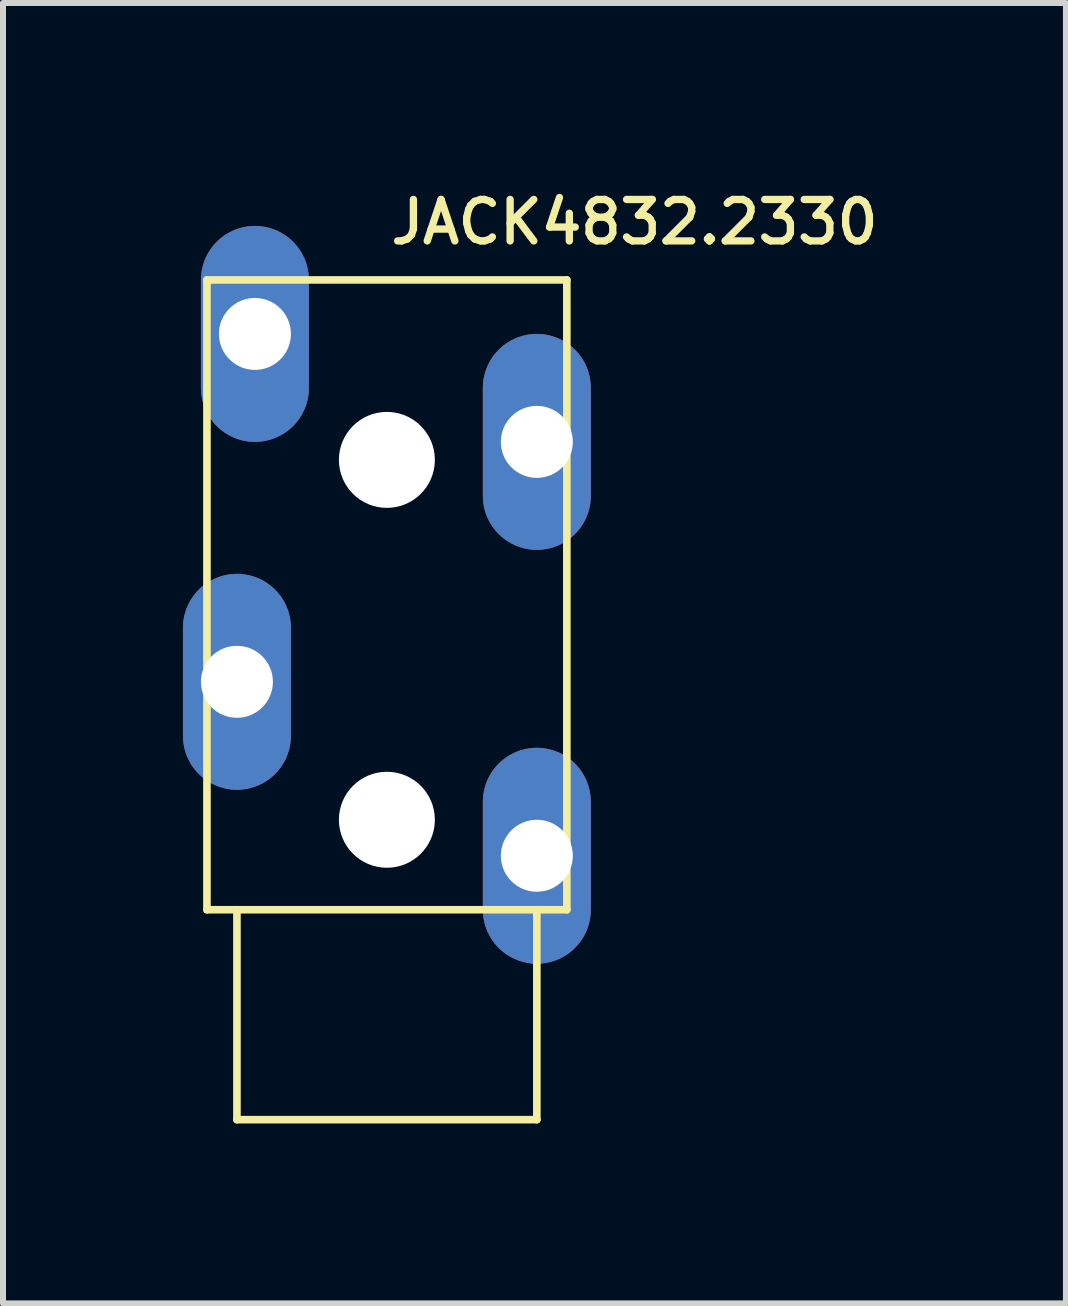
<source format=kicad_pcb>
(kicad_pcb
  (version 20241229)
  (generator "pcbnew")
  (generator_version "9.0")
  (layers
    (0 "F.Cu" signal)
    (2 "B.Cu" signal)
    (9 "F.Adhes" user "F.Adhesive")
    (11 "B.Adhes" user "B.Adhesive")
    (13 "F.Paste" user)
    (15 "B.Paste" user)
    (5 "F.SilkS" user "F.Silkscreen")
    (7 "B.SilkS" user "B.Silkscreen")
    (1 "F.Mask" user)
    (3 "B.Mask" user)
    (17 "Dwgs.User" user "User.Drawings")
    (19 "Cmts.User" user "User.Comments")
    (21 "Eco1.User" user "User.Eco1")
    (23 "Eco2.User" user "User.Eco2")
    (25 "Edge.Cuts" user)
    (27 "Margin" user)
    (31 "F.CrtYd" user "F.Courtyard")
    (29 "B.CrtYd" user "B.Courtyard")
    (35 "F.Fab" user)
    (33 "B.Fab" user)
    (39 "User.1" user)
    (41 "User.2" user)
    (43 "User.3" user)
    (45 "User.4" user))
  (footprint "JACK4832.2330"
    (layer "F.Cu")
    (at 3.4 11.217)
    (property "Reference" "JACK4832.2330" (at 0 -10.16 0) (unlocked yes) (layer "F.SilkS") (effects (font (size 0.691 0.691) (thickness 0.122)) (justify left bottom)))
    (fp_line (start -3 -9.6) (end 3 -9.6) (stroke (width 0.127) (type solid)) (layer "F.SilkS"))
    (fp_line (start -3 0.9) (end -3 -9.6) (stroke (width 0.127) (type solid)) (layer "F.SilkS"))
    (fp_line (start -2.5 0.9) (end -3 0.9) (stroke (width 0.127) (type solid)) (layer "F.SilkS"))
    (fp_line (start -2.5 4.4) (end -2.5 0.9) (stroke (width 0.127) (type solid)) (layer "F.SilkS"))
    (fp_line (start 2.5 0.9) (end -2.5 0.9) (stroke (width 0.127) (type solid)) (layer "F.SilkS"))
    (fp_line (start 2.5 0.9) (end 2.5 4.4) (stroke (width 0.127) (type solid)) (layer "F.SilkS"))
    (fp_line (start 2.5 4.4) (end -2.5 4.4) (stroke (width 0.127) (type solid)) (layer "F.SilkS"))
    (fp_line (start 3 -9.6) (end 3 0.9) (stroke (width 0.127) (type solid)) (layer "F.SilkS"))
    (fp_line (start 3 0.9) (end 2.5 0.9) (stroke (width 0.127) (type solid)) (layer "F.SilkS"))
    (pad "" np_thru_hole circle (at 0 -6.6) (size 1.6 1.6) (drill 1.6) (layers "*.Cu" "*.Mask"))
    (pad "" np_thru_hole circle (at 0 -0.6) (size 1.6 1.6) (drill 1.6) (layers "*.Cu" "*.Mask"))
    (pad "R" thru_hole oval (at -2.5 -2.9 90) (size 3.6 1.8) (drill 1.2) (layers "*.Cu" "*.Mask"))
    (pad "S" thru_hole oval (at 2.5 0 90) (size 3.6 1.8) (drill 1.2) (layers "*.Cu" "*.Mask"))
    (pad "SW" thru_hole oval (at -2.2 -8.7 90) (size 3.6 1.8) (drill 1.2) (layers "*.Cu" "*.Mask"))
    (pad "T" thru_hole oval (at 2.5 -6.9 90) (size 3.6 1.8) (drill 1.2) (layers "*.Cu" "*.Mask")))
  (gr_rect
    (start -3 -3)
    (end 14.721 18.68)
    (stroke (width 0.1) (type default))
    (fill no)
    (layer "Edge.Cuts")))
</source>
